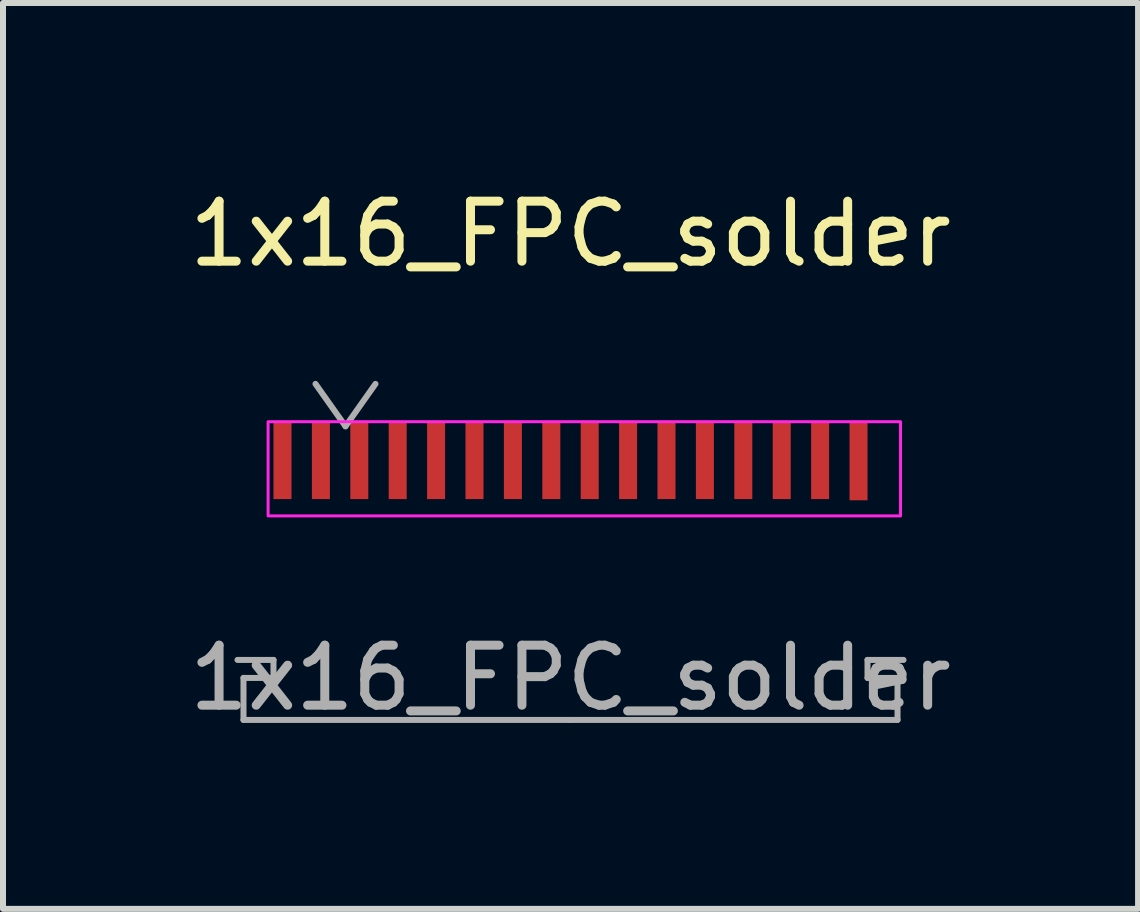
<source format=kicad_pcb>
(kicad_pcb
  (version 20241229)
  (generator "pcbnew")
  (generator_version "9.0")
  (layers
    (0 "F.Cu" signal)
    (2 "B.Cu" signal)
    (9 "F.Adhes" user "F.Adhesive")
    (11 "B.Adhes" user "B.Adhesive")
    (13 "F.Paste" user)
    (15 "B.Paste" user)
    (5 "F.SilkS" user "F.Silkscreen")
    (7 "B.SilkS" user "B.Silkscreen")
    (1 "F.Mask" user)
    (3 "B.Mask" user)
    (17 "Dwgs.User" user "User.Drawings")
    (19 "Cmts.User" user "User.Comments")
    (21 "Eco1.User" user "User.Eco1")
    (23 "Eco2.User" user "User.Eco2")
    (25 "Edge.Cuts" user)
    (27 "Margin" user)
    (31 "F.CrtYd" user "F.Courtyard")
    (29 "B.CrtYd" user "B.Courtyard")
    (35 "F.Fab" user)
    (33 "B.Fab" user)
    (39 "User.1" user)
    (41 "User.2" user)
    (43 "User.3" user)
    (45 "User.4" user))
  (footprint "1x16_FPC_solder"
    (layer "F.Cu")
    (at 6.458 4.548)
    (property "Reference" "1x16_FPC_solder" (at 0 -3.7 0) (layer "F.SilkS") (effects (font (size 1 1) (thickness 0.15))))
    (attr smd)
    (fp_rect (start -5.04 -0.57) (end 5.5 1) (stroke (width 0.05) (type solid)) (fill no) (layer "F.CrtYd"))
    (fp_line (start -5.55 3.4) (end -4.95 3.4) (stroke (width 0.1) (type solid)) (layer "F.Fab"))
    (fp_line (start -5.45 3.7) (end -5.45 4.4) (stroke (width 0.1) (type solid)) (layer "F.Fab"))
    (fp_line (start -5.45 4.4) (end 0 4.4) (stroke (width 0.1) (type solid)) (layer "F.Fab"))
    (fp_line (start -4.95 3.4) (end -4.95 3.7) (stroke (width 0.1) (type solid)) (layer "F.Fab"))
    (fp_line (start -4.95 3.7) (end -5.45 3.7) (stroke (width 0.1) (type solid)) (layer "F.Fab"))
    (fp_line (start -4.25 -1.2) (end -3.75 -0.493) (stroke (width 0.1) (type solid)) (layer "F.Fab"))
    (fp_line (start -3.75 -0.493) (end -3.25 -1.2) (stroke (width 0.1) (type solid)) (layer "F.Fab"))
    (fp_line (start 4.95 3.4) (end 4.95 3.7) (stroke (width 0.1) (type solid)) (layer "F.Fab"))
    (fp_line (start 4.95 3.7) (end 5.45 3.7) (stroke (width 0.1) (type solid)) (layer "F.Fab"))
    (fp_line (start 5.45 3.7) (end 5.45 4.4) (stroke (width 0.1) (type solid)) (layer "F.Fab"))
    (fp_line (start 5.45 4.4) (end 0 4.4) (stroke (width 0.1) (type solid)) (layer "F.Fab"))
    (fp_line (start 5.55 3.4) (end 4.95 3.4) (stroke (width 0.1) (type solid)) (layer "F.Fab"))
    (fp_text user "${REFERENCE}" (at 0 3.7 0) (layer "F.Fab") (effects (font (size 1 1) (thickness 0.15))))
    (pad "1" smd rect (at -4.8 0.07) (size 0.3 1.3) (layers "F.Cu" "F.Mask" "F.Paste"))
    (pad "2" smd rect (at -4.16 0.07) (size 0.3 1.3) (layers "F.Cu" "F.Mask" "F.Paste"))
    (pad "3" smd rect (at -3.52 0.07) (size 0.3 1.3) (layers "F.Cu" "F.Mask" "F.Paste"))
    (pad "4" smd rect (at -2.88 0.07) (size 0.3 1.3) (layers "F.Cu" "F.Mask" "F.Paste"))
    (pad "5" smd rect (at -2.24 0.07) (size 0.3 1.3) (layers "F.Cu" "F.Mask" "F.Paste"))
    (pad "6" smd rect (at -1.6 0.07) (size 0.3 1.3) (layers "F.Cu" "F.Mask" "F.Paste"))
    (pad "7" smd rect (at -0.96 0.07) (size 0.3 1.3) (layers "F.Cu" "F.Mask" "F.Paste"))
    (pad "8" smd rect (at -0.32 0.07) (size 0.3 1.3) (layers "F.Cu" "F.Mask" "F.Paste"))
    (pad "9" smd rect (at 0.32 0.07) (size 0.3 1.3) (layers "F.Cu" "F.Mask" "F.Paste"))
    (pad "10" smd rect (at 0.96 0.07) (size 0.3 1.3) (layers "F.Cu" "F.Mask" "F.Paste"))
    (pad "11" smd rect (at 1.6 0.07) (size 0.3 1.3) (layers "F.Cu" "F.Mask" "F.Paste"))
    (pad "12" smd rect (at 2.24 0.07) (size 0.3 1.3) (layers "F.Cu" "F.Mask" "F.Paste"))
    (pad "13" smd rect (at 2.88 0.07) (size 0.3 1.3) (layers "F.Cu" "F.Mask" "F.Paste"))
    (pad "14" smd rect (at 3.52 0.07) (size 0.3 1.3) (layers "F.Cu" "F.Mask" "F.Paste"))
    (pad "15" smd rect (at 4.16 0.07) (size 0.3 1.3) (layers "F.Cu" "F.Mask" "F.Paste"))
    (pad "16" smd rect (at 4.8 0.09) (size 0.3 1.3) (layers "F.Cu" "F.Mask" "F.Paste")))
  (gr_rect
    (start -3 -3)
    (end 15.917 12.097)
    (stroke (width 0.1) (type default))
    (fill no)
    (layer "Edge.Cuts")))
</source>
